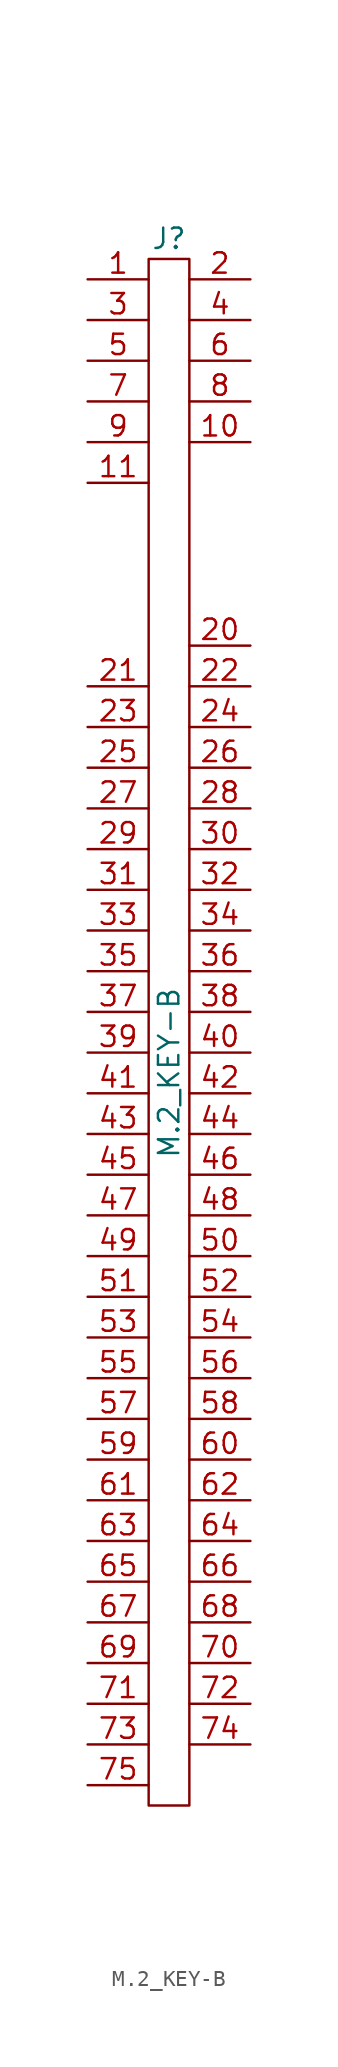
<source format=kicad_sym>
(kicad_symbol_lib
  (version 20201005)
  (generator kicad_symbol_editor)
  (symbol "M.2_KEY-B"
    (pin_names
      (offset 0.025) hide)
    (property "Reference" "J"
      (at 0 49.53 0)
      (effects (font (size 1.27 1.27))))
    (property "Value" "M.2_KEY-B"
      (at 0 -2.54 90)
      (effects (font (size 1.27 1.27))))
    (symbol "M.2_KEY-B_0_1"
      (rectangle (start -1.27 48.26) (end 1.27 -48.26) (stroke (width 0)) (fill (type none))))
    (symbol "M.2_KEY-B_1_1"
      (pin passive line (at -5.08 46.99 0) (length 3.81) (name "P1" (effects (font (size 1.27 1.27)))) (number "1" (effects (font (size 1.27 1.27)))))
      (pin passive line (at 5.08 36.83 180) (length 3.81) (name "P10" (effects (font (size 1.27 1.27)))) (number "10" (effects (font (size 1.27 1.27)))))
      (pin passive line (at -5.08 34.29 0) (length 3.81) (name "P11" (effects (font (size 1.27 1.27)))) (number "11" (effects (font (size 1.27 1.27)))))
      (pin passive line (at 5.08 46.99 180) (length 3.81) (name "P2" (effects (font (size 1.27 1.27)))) (number "2" (effects (font (size 1.27 1.27)))))
      (pin passive line (at 5.08 24.13 180) (length 3.81) (name "P20" (effects (font (size 1.27 1.27)))) (number "20" (effects (font (size 1.27 1.27)))))
      (pin passive line (at -5.08 21.59 0) (length 3.81) (name "P21" (effects (font (size 1.27 1.27)))) (number "21" (effects (font (size 1.27 1.27)))))
      (pin passive line (at 5.08 21.59 180) (length 3.81) (name "P22" (effects (font (size 1.27 1.27)))) (number "22" (effects (font (size 1.27 1.27)))))
      (pin passive line (at -5.08 19.05 0) (length 3.81) (name "P23" (effects (font (size 1.27 1.27)))) (number "23" (effects (font (size 1.27 1.27)))))
      (pin passive line (at 5.08 19.05 180) (length 3.81) (name "P24" (effects (font (size 1.27 1.27)))) (number "24" (effects (font (size 1.27 1.27)))))
      (pin passive line (at -5.08 16.51 0) (length 3.81) (name "P25" (effects (font (size 1.27 1.27)))) (number "25" (effects (font (size 1.27 1.27)))))
      (pin passive line (at 5.08 16.51 180) (length 3.81) (name "P26" (effects (font (size 1.27 1.27)))) (number "26" (effects (font (size 1.27 1.27)))))
      (pin passive line (at -5.08 13.97 0) (length 3.81) (name "P27" (effects (font (size 1.27 1.27)))) (number "27" (effects (font (size 1.27 1.27)))))
      (pin passive line (at 5.08 13.97 180) (length 3.81) (name "P28" (effects (font (size 1.27 1.27)))) (number "28" (effects (font (size 1.27 1.27)))))
      (pin passive line (at -5.08 11.43 0) (length 3.81) (name "P29" (effects (font (size 1.27 1.27)))) (number "29" (effects (font (size 1.27 1.27)))))
      (pin passive line (at -5.08 44.45 0) (length 3.81) (name "P3" (effects (font (size 1.27 1.27)))) (number "3" (effects (font (size 1.27 1.27)))))
      (pin passive line (at 5.08 11.43 180) (length 3.81) (name "P30" (effects (font (size 1.27 1.27)))) (number "30" (effects (font (size 1.27 1.27)))))
      (pin passive line (at -5.08 8.89 0) (length 3.81) (name "P31" (effects (font (size 1.27 1.27)))) (number "31" (effects (font (size 1.27 1.27)))))
      (pin passive line (at 5.08 8.89 180) (length 3.81) (name "P32" (effects (font (size 1.27 1.27)))) (number "32" (effects (font (size 1.27 1.27)))))
      (pin passive line (at -5.08 6.35 0) (length 3.81) (name "P33" (effects (font (size 1.27 1.27)))) (number "33" (effects (font (size 1.27 1.27)))))
      (pin passive line (at 5.08 6.35 180) (length 3.81) (name "P34" (effects (font (size 1.27 1.27)))) (number "34" (effects (font (size 1.27 1.27)))))
      (pin passive line (at -5.08 3.81 0) (length 3.81) (name "P35" (effects (font (size 1.27 1.27)))) (number "35" (effects (font (size 1.27 1.27)))))
      (pin passive line (at 5.08 3.81 180) (length 3.81) (name "P36" (effects (font (size 1.27 1.27)))) (number "36" (effects (font (size 1.27 1.27)))))
      (pin passive line (at -5.08 1.27 0) (length 3.81) (name "P37" (effects (font (size 1.27 1.27)))) (number "37" (effects (font (size 1.27 1.27)))))
      (pin passive line (at 5.08 1.27 180) (length 3.81) (name "P38" (effects (font (size 1.27 1.27)))) (number "38" (effects (font (size 1.27 1.27)))))
      (pin passive line (at -5.08 -1.27 0) (length 3.81) (name "P39" (effects (font (size 1.27 1.27)))) (number "39" (effects (font (size 1.27 1.27)))))
      (pin passive line (at 5.08 44.45 180) (length 3.81) (name "P4" (effects (font (size 1.27 1.27)))) (number "4" (effects (font (size 1.27 1.27)))))
      (pin passive line (at 5.08 -1.27 180) (length 3.81) (name "P40" (effects (font (size 1.27 1.27)))) (number "40" (effects (font (size 1.27 1.27)))))
      (pin passive line (at -5.08 -3.81 0) (length 3.81) (name "P41" (effects (font (size 1.27 1.27)))) (number "41" (effects (font (size 1.27 1.27)))))
      (pin passive line (at 5.08 -3.81 180) (length 3.81) (name "P42" (effects (font (size 1.27 1.27)))) (number "42" (effects (font (size 1.27 1.27)))))
      (pin passive line (at -5.08 -6.35 0) (length 3.81) (name "P43" (effects (font (size 1.27 1.27)))) (number "43" (effects (font (size 1.27 1.27)))))
      (pin passive line (at 5.08 -6.35 180) (length 3.81) (name "P44" (effects (font (size 1.27 1.27)))) (number "44" (effects (font (size 1.27 1.27)))))
      (pin passive line (at -5.08 -8.89 0) (length 3.81) (name "P45" (effects (font (size 1.27 1.27)))) (number "45" (effects (font (size 1.27 1.27)))))
      (pin passive line (at 5.08 -8.89 180) (length 3.81) (name "P46" (effects (font (size 1.27 1.27)))) (number "46" (effects (font (size 1.27 1.27)))))
      (pin passive line (at -5.08 -11.43 0) (length 3.81) (name "P47" (effects (font (size 1.27 1.27)))) (number "47" (effects (font (size 1.27 1.27)))))
      (pin passive line (at 5.08 -11.43 180) (length 3.81) (name "P48" (effects (font (size 1.27 1.27)))) (number "48" (effects (font (size 1.27 1.27)))))
      (pin passive line (at -5.08 -13.97 0) (length 3.81) (name "P49" (effects (font (size 1.27 1.27)))) (number "49" (effects (font (size 1.27 1.27)))))
      (pin passive line (at -5.08 41.91 0) (length 3.81) (name "P5" (effects (font (size 1.27 1.27)))) (number "5" (effects (font (size 1.27 1.27)))))
      (pin passive line (at 5.08 -13.97 180) (length 3.81) (name "P50" (effects (font (size 1.27 1.27)))) (number "50" (effects (font (size 1.27 1.27)))))
      (pin passive line (at -5.08 -16.51 0) (length 3.81) (name "P51" (effects (font (size 1.27 1.27)))) (number "51" (effects (font (size 1.27 1.27)))))
      (pin passive line (at 5.08 -16.51 180) (length 3.81) (name "P52" (effects (font (size 1.27 1.27)))) (number "52" (effects (font (size 1.27 1.27)))))
      (pin passive line (at -5.08 -19.05 0) (length 3.81) (name "P53" (effects (font (size 1.27 1.27)))) (number "53" (effects (font (size 1.27 1.27)))))
      (pin passive line (at 5.08 -19.05 180) (length 3.81) (name "P54" (effects (font (size 1.27 1.27)))) (number "54" (effects (font (size 1.27 1.27)))))
      (pin passive line (at -5.08 -21.59 0) (length 3.81) (name "P55" (effects (font (size 1.27 1.27)))) (number "55" (effects (font (size 1.27 1.27)))))
      (pin passive line (at 5.08 -21.59 180) (length 3.81) (name "P56" (effects (font (size 1.27 1.27)))) (number "56" (effects (font (size 1.27 1.27)))))
      (pin passive line (at -5.08 -24.13 0) (length 3.81) (name "P57" (effects (font (size 1.27 1.27)))) (number "57" (effects (font (size 1.27 1.27)))))
      (pin passive line (at 5.08 -24.13 180) (length 3.81) (name "P58" (effects (font (size 1.27 1.27)))) (number "58" (effects (font (size 1.27 1.27)))))
      (pin passive line (at -5.08 -26.67 0) (length 3.81) (name "P59" (effects (font (size 1.27 1.27)))) (number "59" (effects (font (size 1.27 1.27)))))
      (pin passive line (at 5.08 41.91 180) (length 3.81) (name "P6" (effects (font (size 1.27 1.27)))) (number "6" (effects (font (size 1.27 1.27)))))
      (pin passive line (at 5.08 -26.67 180) (length 3.81) (name "P60" (effects (font (size 1.27 1.27)))) (number "60" (effects (font (size 1.27 1.27)))))
      (pin passive line (at -5.08 -29.21 0) (length 3.81) (name "P61" (effects (font (size 1.27 1.27)))) (number "61" (effects (font (size 1.27 1.27)))))
      (pin passive line (at 5.08 -29.21 180) (length 3.81) (name "P62" (effects (font (size 1.27 1.27)))) (number "62" (effects (font (size 1.27 1.27)))))
      (pin passive line (at -5.08 -31.75 0) (length 3.81) (name "P63" (effects (font (size 1.27 1.27)))) (number "63" (effects (font (size 1.27 1.27)))))
      (pin passive line (at 5.08 -31.75 180) (length 3.81) (name "P64" (effects (font (size 1.27 1.27)))) (number "64" (effects (font (size 1.27 1.27)))))
      (pin passive line (at -5.08 -34.29 0) (length 3.81) (name "P65" (effects (font (size 1.27 1.27)))) (number "65" (effects (font (size 1.27 1.27)))))
      (pin passive line (at 5.08 -34.29 180) (length 3.81) (name "P66" (effects (font (size 1.27 1.27)))) (number "66" (effects (font (size 1.27 1.27)))))
      (pin passive line (at -5.08 -36.83 0) (length 3.81) (name "P67" (effects (font (size 1.27 1.27)))) (number "67" (effects (font (size 1.27 1.27)))))
      (pin passive line (at 5.08 -36.83 180) (length 3.81) (name "P68" (effects (font (size 1.27 1.27)))) (number "68" (effects (font (size 1.27 1.27)))))
      (pin passive line (at -5.08 -39.37 0) (length 3.81) (name "P69" (effects (font (size 1.27 1.27)))) (number "69" (effects (font (size 1.27 1.27)))))
      (pin passive line (at -5.08 39.37 0) (length 3.81) (name "P7" (effects (font (size 1.27 1.27)))) (number "7" (effects (font (size 1.27 1.27)))))
      (pin passive line (at 5.08 -39.37 180) (length 3.81) (name "P70" (effects (font (size 1.27 1.27)))) (number "70" (effects (font (size 1.27 1.27)))))
      (pin passive line (at -5.08 -41.91 0) (length 3.81) (name "P71" (effects (font (size 1.27 1.27)))) (number "71" (effects (font (size 1.27 1.27)))))
      (pin passive line (at 5.08 -41.91 180) (length 3.81) (name "P72" (effects (font (size 1.27 1.27)))) (number "72" (effects (font (size 1.27 1.27)))))
      (pin passive line (at -5.08 -44.45 0) (length 3.81) (name "P73" (effects (font (size 1.27 1.27)))) (number "73" (effects (font (size 1.27 1.27)))))
      (pin passive line (at 5.08 -44.45 180) (length 3.81) (name "P74" (effects (font (size 1.27 1.27)))) (number "74" (effects (font (size 1.27 1.27)))))
      (pin passive line (at -5.08 -46.99 0) (length 3.81) (name "P75" (effects (font (size 1.27 1.27)))) (number "75" (effects (font (size 1.27 1.27)))))
      (pin passive line (at 5.08 39.37 180) (length 3.81) (name "P8" (effects (font (size 1.27 1.27)))) (number "8" (effects (font (size 1.27 1.27)))))
      (pin passive line (at -5.08 36.83 0) (length 3.81) (name "P9" (effects (font (size 1.27 1.27)))) (number "9" (effects (font (size 1.27 1.27))))))))
</source>
